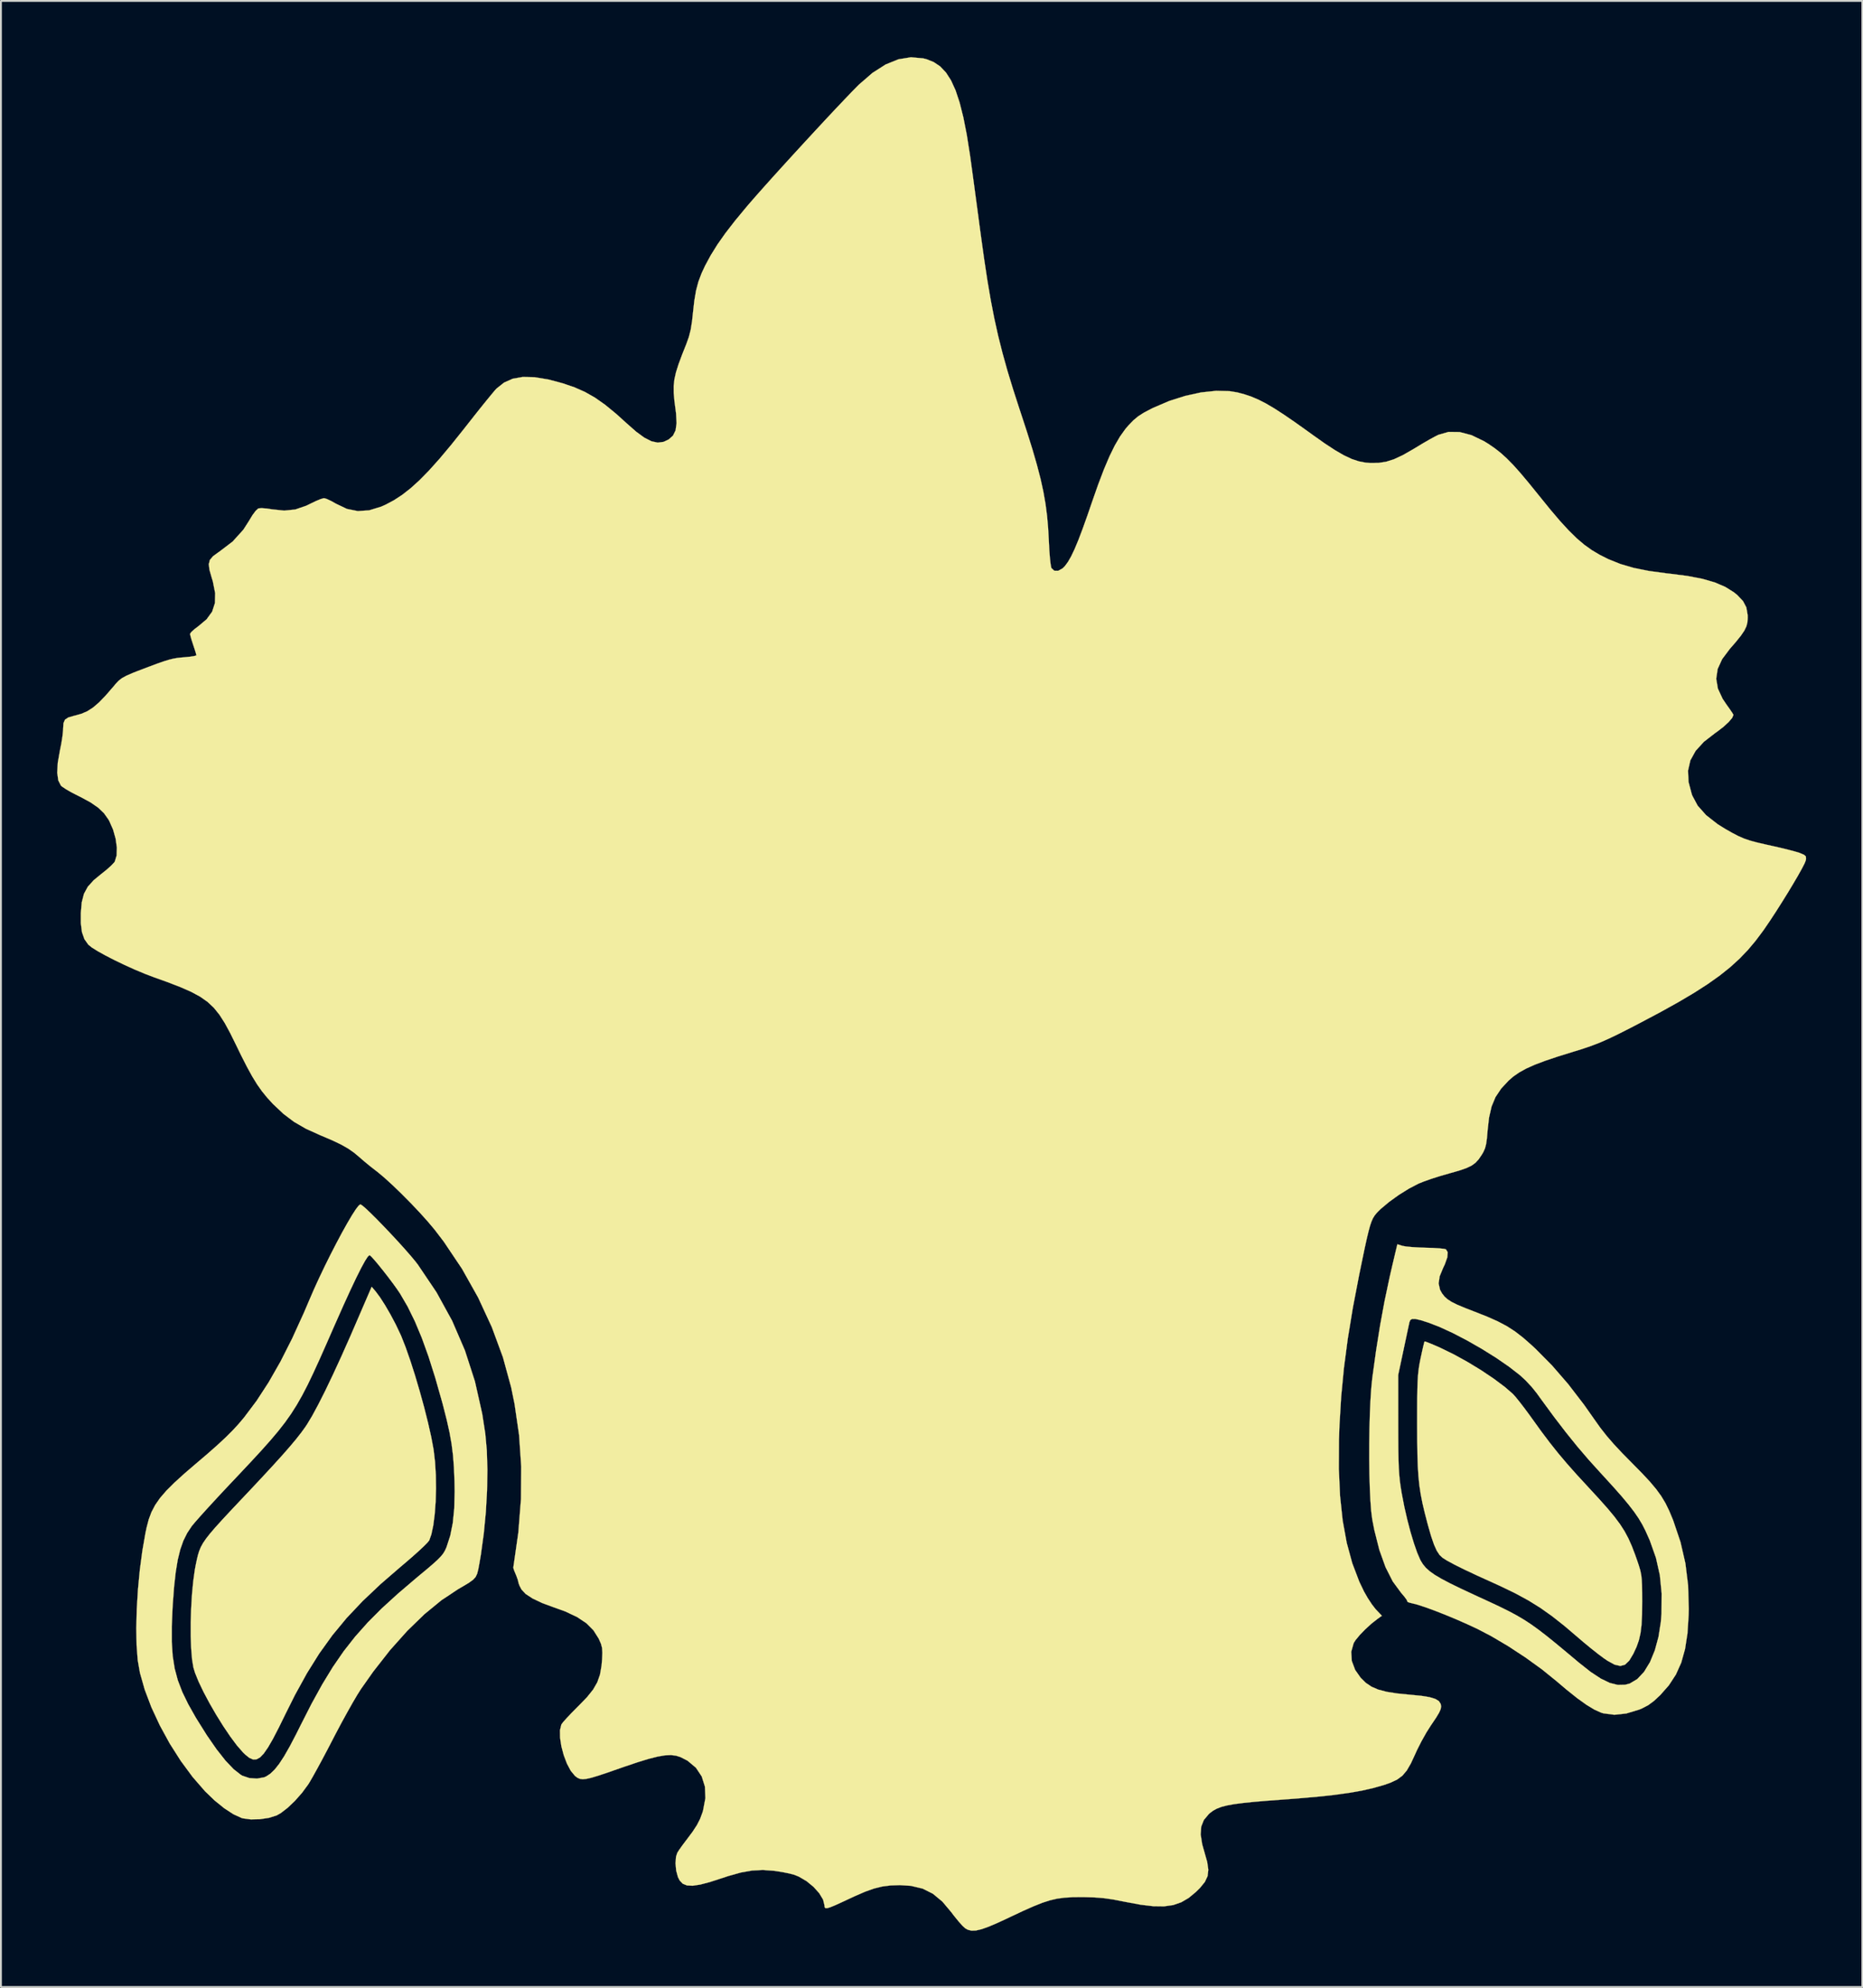
<source format=kicad_pcb>
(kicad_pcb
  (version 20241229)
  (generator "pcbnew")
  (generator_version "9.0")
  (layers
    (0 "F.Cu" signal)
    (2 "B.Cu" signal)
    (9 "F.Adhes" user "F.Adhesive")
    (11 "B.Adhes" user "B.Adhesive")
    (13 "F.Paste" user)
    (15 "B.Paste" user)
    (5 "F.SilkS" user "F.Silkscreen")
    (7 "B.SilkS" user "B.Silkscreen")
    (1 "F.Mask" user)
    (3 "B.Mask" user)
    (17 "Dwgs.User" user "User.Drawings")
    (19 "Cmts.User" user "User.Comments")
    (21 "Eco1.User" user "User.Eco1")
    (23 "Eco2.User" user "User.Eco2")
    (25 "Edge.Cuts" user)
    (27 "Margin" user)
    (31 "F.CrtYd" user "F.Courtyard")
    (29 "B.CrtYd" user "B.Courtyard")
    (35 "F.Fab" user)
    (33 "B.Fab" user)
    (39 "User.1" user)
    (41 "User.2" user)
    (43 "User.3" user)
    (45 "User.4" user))
  (footprint "ground-1"
    (layer "F.Cu")
    (at 45.618 49.944)
    (property "Reference" "ground-1" (at 0 0 0) (layer "F.SilkS") (effects (font (size 1.524 1.524) (thickness 0.3))))
    (attr through_hole)
    (fp_poly (pts (xy -28.617 15.908) (xy -28.383 16.222) (xy -28.11 16.649) (xy -27.821 17.147) (xy -27.543 17.673) (xy -27.3 18.184) (xy -27.253 18.288) (xy -27.022 18.873) (xy -26.772 19.585) (xy -26.516 20.385) (xy -26.265 21.233) (xy -26.029 22.09) (xy -25.821 22.917) (xy -25.65 23.674) (xy -25.53 24.321) (xy -25.522 24.369) (xy -25.447 25.01) (xy -25.405 25.705) (xy -25.395 26.422) (xy -25.415 27.13) (xy -25.465 27.795) (xy -25.541 28.385) (xy -25.643 28.869) (xy -25.756 29.187) (xy -25.852 29.308) (xy -26.059 29.516) (xy -26.355 29.792) (xy -26.719 30.115) (xy -27.13 30.468) (xy -27.263 30.579) (xy -28.355 31.523) (xy -29.315 32.431) (xy -30.165 33.33) (xy -30.927 34.251) (xy -31.626 35.223) (xy -32.283 36.274) (xy -32.923 37.435) (xy -33.423 38.435) (xy -33.787 39.177) (xy -34.096 39.773) (xy -34.36 40.231) (xy -34.589 40.561) (xy -34.793 40.772) (xy -34.984 40.874) (xy -35.171 40.876) (xy -35.365 40.788) (xy -35.576 40.618) (xy -35.705 40.492) (xy -36.023 40.127) (xy -36.377 39.652) (xy -36.751 39.098) (xy -37.125 38.497) (xy -37.482 37.88) (xy -37.802 37.278) (xy -38.068 36.724) (xy -38.26 36.249) (xy -38.344 35.972) (xy -38.416 35.533) (xy -38.463 34.962) (xy -38.487 34.295) (xy -38.487 33.567) (xy -38.464 32.814) (xy -38.42 32.072) (xy -38.354 31.376) (xy -38.269 30.762) (xy -38.223 30.517) (xy -38.163 30.229) (xy -38.105 29.982) (xy -38.037 29.761) (xy -37.95 29.55) (xy -37.831 29.333) (xy -37.669 29.096) (xy -37.454 28.822) (xy -37.175 28.497) (xy -36.819 28.104) (xy -36.378 27.629) (xy -35.838 27.056) (xy -35.433 26.628) (xy -34.724 25.873) (xy -34.124 25.225) (xy -33.621 24.671) (xy -33.206 24.198) (xy -32.866 23.793) (xy -32.591 23.443) (xy -32.369 23.136) (xy -32.284 23.009) (xy -32.01 22.553) (xy -31.684 21.951) (xy -31.311 21.214) (xy -30.899 20.354) (xy -30.452 19.383) (xy -29.976 18.313) (xy -29.753 17.799) (xy -28.829 15.659) (xy -28.617 15.908)) (stroke (width 0.01) (type solid)) (fill yes) (layer "F.SilkS"))
    (fp_poly (pts (xy 27.454 18.596) (xy 27.658 18.675) (xy 27.949 18.798) (xy 28.204 18.911) (xy 28.922 19.26) (xy 29.664 19.669) (xy 30.393 20.112) (xy 31.071 20.567) (xy 31.661 21.009) (xy 32.074 21.366) (xy 32.223 21.53) (xy 32.443 21.801) (xy 32.709 22.146) (xy 32.994 22.532) (xy 33.108 22.691) (xy 33.601 23.375) (xy 34.054 23.976) (xy 34.498 24.534) (xy 34.967 25.089) (xy 35.491 25.68) (xy 36.106 26.347) (xy 36.121 26.364) (xy 36.681 26.971) (xy 37.138 27.484) (xy 37.506 27.927) (xy 37.804 28.326) (xy 38.047 28.704) (xy 38.252 29.087) (xy 38.435 29.499) (xy 38.613 29.964) (xy 38.713 30.249) (xy 38.812 30.543) (xy 38.884 30.786) (xy 38.932 31.016) (xy 38.962 31.272) (xy 38.978 31.589) (xy 38.984 32.006) (xy 38.986 32.47) (xy 38.979 33.144) (xy 38.952 33.686) (xy 38.898 34.13) (xy 38.812 34.512) (xy 38.687 34.868) (xy 38.517 35.234) (xy 38.512 35.243) (xy 38.295 35.605) (xy 38.071 35.819) (xy 37.82 35.889) (xy 37.517 35.82) (xy 37.14 35.614) (xy 36.949 35.485) (xy 36.642 35.256) (xy 36.262 34.956) (xy 35.862 34.627) (xy 35.56 34.369) (xy 34.831 33.748) (xy 34.172 33.229) (xy 33.543 32.784) (xy 32.902 32.387) (xy 32.209 32.011) (xy 31.423 31.631) (xy 31.03 31.452) (xy 30.194 31.073) (xy 29.51 30.752) (xy 28.974 30.486) (xy 28.579 30.273) (xy 28.334 30.119) (xy 28.172 29.967) (xy 28.022 29.74) (xy 27.876 29.415) (xy 27.723 28.971) (xy 27.555 28.387) (xy 27.517 28.246) (xy 27.372 27.684) (xy 27.255 27.184) (xy 27.164 26.717) (xy 27.094 26.254) (xy 27.044 25.766) (xy 27.01 25.224) (xy 26.989 24.6) (xy 26.979 23.865) (xy 26.975 22.989) (xy 26.975 22.987) (xy 26.976 22.23) (xy 26.979 21.617) (xy 26.987 21.126) (xy 27 20.73) (xy 27.019 20.406) (xy 27.047 20.129) (xy 27.083 19.874) (xy 27.13 19.619) (xy 27.158 19.483) (xy 27.236 19.12) (xy 27.304 18.824) (xy 27.352 18.631) (xy 27.37 18.575) (xy 27.454 18.596)) (stroke (width 0.01) (type solid)) (fill yes) (layer "F.SilkS"))
    (fp_poly (pts (xy 26.188 13.475) (xy 26.382 13.51) (xy 26.698 13.541) (xy 27.089 13.564) (xy 27.432 13.576) (xy 27.828 13.588) (xy 28.167 13.609) (xy 28.409 13.635) (xy 28.512 13.66) (xy 28.606 13.815) (xy 28.585 14.086) (xy 28.45 14.466) (xy 28.363 14.647) (xy 28.176 15.102) (xy 28.121 15.482) (xy 28.196 15.817) (xy 28.3 16.006) (xy 28.432 16.176) (xy 28.594 16.324) (xy 28.814 16.466) (xy 29.118 16.617) (xy 29.534 16.791) (xy 30.004 16.974) (xy 30.701 17.248) (xy 31.273 17.502) (xy 31.76 17.758) (xy 32.198 18.041) (xy 32.628 18.373) (xy 33.089 18.778) (xy 33.298 18.973) (xy 34.183 19.867) (xy 35.037 20.852) (xy 35.885 21.956) (xy 36.432 22.733) (xy 36.752 23.183) (xy 37.09 23.613) (xy 37.473 24.056) (xy 37.931 24.545) (xy 38.44 25.061) (xy 38.971 25.6) (xy 39.396 26.055) (xy 39.733 26.456) (xy 40.004 26.829) (xy 40.229 27.204) (xy 40.427 27.609) (xy 40.621 28.073) (xy 40.651 28.152) (xy 41.033 29.286) (xy 41.293 30.417) (xy 41.437 31.588) (xy 41.473 32.842) (xy 41.465 33.182) (xy 41.403 34.152) (xy 41.274 34.987) (xy 41.072 35.711) (xy 40.785 36.349) (xy 40.408 36.925) (xy 39.964 37.428) (xy 39.618 37.753) (xy 39.307 37.982) (xy 38.97 38.157) (xy 38.829 38.216) (xy 38.138 38.426) (xy 37.494 38.494) (xy 36.914 38.417) (xy 36.781 38.375) (xy 36.428 38.214) (xy 36.01 37.961) (xy 35.515 37.606) (xy 34.931 37.139) (xy 34.417 36.703) (xy 33.641 36.075) (xy 32.763 35.441) (xy 31.839 34.835) (xy 30.923 34.294) (xy 30.184 33.909) (xy 29.641 33.657) (xy 29.061 33.402) (xy 28.476 33.159) (xy 27.917 32.94) (xy 27.417 32.757) (xy 27.007 32.623) (xy 26.73 32.552) (xy 26.537 32.504) (xy 26.45 32.459) (xy 26.452 32.448) (xy 26.422 32.368) (xy 26.302 32.202) (xy 26.117 31.983) (xy 26.113 31.978) (xy 25.672 31.378) (xy 25.288 30.619) (xy 24.959 29.703) (xy 24.688 28.631) (xy 24.579 28.067) (xy 24.525 27.651) (xy 24.482 27.094) (xy 24.45 26.426) (xy 24.428 25.675) (xy 24.418 24.87) (xy 24.419 24.04) (xy 24.43 23.213) (xy 24.452 22.418) (xy 24.485 21.684) (xy 24.529 21.039) (xy 24.581 20.532) (xy 24.604 20.362) (xy 25.963 20.362) (xy 25.964 22.987) (xy 25.966 23.754) (xy 25.97 24.379) (xy 25.98 24.888) (xy 25.994 25.306) (xy 26.017 25.662) (xy 26.047 25.981) (xy 26.088 26.29) (xy 26.14 26.615) (xy 26.157 26.712) (xy 26.288 27.39) (xy 26.445 28.077) (xy 26.619 28.739) (xy 26.8 29.341) (xy 26.977 29.849) (xy 27.141 30.228) (xy 27.159 30.261) (xy 27.283 30.464) (xy 27.439 30.652) (xy 27.645 30.837) (xy 27.916 31.029) (xy 28.271 31.239) (xy 28.727 31.479) (xy 29.301 31.759) (xy 30.011 32.09) (xy 30.184 32.17) (xy 30.838 32.471) (xy 31.392 32.731) (xy 31.868 32.967) (xy 32.29 33.193) (xy 32.681 33.423) (xy 33.064 33.674) (xy 33.461 33.96) (xy 33.897 34.296) (xy 34.394 34.698) (xy 34.976 35.181) (xy 35.607 35.71) (xy 36.232 36.204) (xy 36.777 36.563) (xy 37.257 36.794) (xy 37.686 36.902) (xy 38.078 36.893) (xy 38.327 36.825) (xy 38.727 36.587) (xy 39.088 36.201) (xy 39.403 35.685) (xy 39.662 35.057) (xy 39.858 34.335) (xy 39.983 33.537) (xy 40.018 33.088) (xy 40.026 32.021) (xy 39.93 31.047) (xy 39.722 30.119) (xy 39.392 29.189) (xy 39.163 28.676) (xy 38.994 28.344) (xy 38.798 28.015) (xy 38.56 27.668) (xy 38.265 27.285) (xy 37.898 26.845) (xy 37.443 26.33) (xy 36.887 25.721) (xy 36.746 25.568) (xy 36.123 24.879) (xy 35.52 24.174) (xy 34.915 23.424) (xy 34.281 22.598) (xy 33.596 21.665) (xy 33.362 21.341) (xy 33.093 21.005) (xy 32.762 20.652) (xy 32.473 20.384) (xy 31.883 19.926) (xy 31.189 19.448) (xy 30.429 18.973) (xy 29.644 18.524) (xy 28.872 18.123) (xy 28.151 17.792) (xy 27.581 17.573) (xy 27.169 17.442) (xy 26.887 17.376) (xy 26.71 17.373) (xy 26.609 17.434) (xy 26.563 17.547) (xy 26.531 17.693) (xy 26.471 17.972) (xy 26.391 18.349) (xy 26.297 18.791) (xy 26.242 19.05) (xy 25.963 20.362) (xy 24.604 20.362) (xy 24.783 19.066) (xy 24.998 17.716) (xy 25.235 16.43) (xy 25.505 15.153) (xy 25.664 14.464) (xy 25.918 13.392) (xy 26.188 13.475)) (stroke (width 0.01) (type solid)) (fill yes) (layer "F.SilkS"))
    (fp_poly (pts (xy -29.332 11.321) (xy -29.138 11.488) (xy -28.87 11.742) (xy -28.546 12.064) (xy -28.187 12.434) (xy -27.809 12.831) (xy -27.433 13.236) (xy -27.077 13.629) (xy -26.761 13.99) (xy -26.502 14.3) (xy -26.364 14.478) (xy -25.37 15.953) (xy -24.534 17.475) (xy -23.852 19.056) (xy -23.318 20.707) (xy -22.928 22.44) (xy -22.765 23.495) (xy -22.684 24.394) (xy -22.653 25.415) (xy -22.671 26.519) (xy -22.735 27.667) (xy -22.845 28.82) (xy -22.999 29.94) (xy -23.081 30.42) (xy -23.14 30.738) (xy -23.199 30.969) (xy -23.282 31.142) (xy -23.417 31.29) (xy -23.627 31.442) (xy -23.939 31.631) (xy -24.215 31.791) (xy -25.107 32.383) (xy -26.017 33.13) (xy -26.933 34.02) (xy -27.846 35.041) (xy -28.741 36.183) (xy -29.406 37.126) (xy -29.593 37.422) (xy -29.838 37.837) (xy -30.121 38.339) (xy -30.426 38.894) (xy -30.733 39.471) (xy -30.9 39.793) (xy -31.188 40.347) (xy -31.471 40.881) (xy -31.734 41.366) (xy -31.96 41.774) (xy -32.135 42.077) (xy -32.215 42.206) (xy -32.545 42.654) (xy -32.922 43.082) (xy -33.312 43.454) (xy -33.679 43.737) (xy -33.908 43.866) (xy -34.316 43.993) (xy -34.796 44.065) (xy -35.278 44.076) (xy -35.694 44.021) (xy -35.778 43.997) (xy -36.207 43.801) (xy -36.695 43.484) (xy -37.21 43.068) (xy -37.72 42.578) (xy -37.722 42.576) (xy -38.387 41.811) (xy -39.02 40.952) (xy -39.608 40.028) (xy -40.134 39.066) (xy -40.585 38.098) (xy -40.944 37.151) (xy -41.198 36.255) (xy -41.317 35.571) (xy -41.377 34.774) (xy -41.393 33.854) (xy -41.39 33.77) (xy -39.5 33.77) (xy -39.5 34.612) (xy -39.451 35.352) (xy -39.346 36.021) (xy -39.178 36.651) (xy -38.94 37.274) (xy -38.626 37.921) (xy -38.229 38.624) (xy -38.182 38.702) (xy -37.624 39.592) (xy -37.105 40.341) (xy -36.628 40.945) (xy -36.196 41.398) (xy -35.814 41.697) (xy -35.73 41.745) (xy -35.36 41.87) (xy -34.949 41.899) (xy -34.571 41.831) (xy -34.465 41.786) (xy -34.238 41.637) (xy -34.009 41.418) (xy -33.767 41.113) (xy -33.501 40.706) (xy -33.201 40.181) (xy -32.857 39.523) (xy -32.632 39.074) (xy -32.038 37.906) (xy -31.469 36.874) (xy -30.906 35.951) (xy -30.327 35.11) (xy -29.711 34.325) (xy -29.037 33.568) (xy -28.284 32.813) (xy -27.43 32.034) (xy -26.454 31.202) (xy -26.374 31.135) (xy -25.914 30.753) (xy -25.567 30.457) (xy -25.313 30.227) (xy -25.133 30.043) (xy -25.008 29.887) (xy -24.918 29.736) (xy -24.844 29.573) (xy -24.83 29.537) (xy -24.634 28.935) (xy -24.499 28.257) (xy -24.421 27.481) (xy -24.399 26.58) (xy -24.408 26.035) (xy -24.438 25.305) (xy -24.487 24.658) (xy -24.563 24.05) (xy -24.672 23.431) (xy -24.823 22.757) (xy -25.021 21.979) (xy -25.069 21.802) (xy -25.435 20.514) (xy -25.795 19.378) (xy -26.156 18.378) (xy -26.525 17.497) (xy -26.907 16.719) (xy -27.31 16.027) (xy -27.313 16.023) (xy -27.486 15.767) (xy -27.711 15.456) (xy -27.966 15.118) (xy -28.231 14.779) (xy -28.482 14.468) (xy -28.699 14.211) (xy -28.86 14.036) (xy -28.943 13.97) (xy -28.944 13.97) (xy -29.035 14.048) (xy -29.185 14.279) (xy -29.392 14.658) (xy -29.654 15.18) (xy -29.967 15.84) (xy -30.33 16.634) (xy -30.74 17.556) (xy -30.802 17.695) (xy -31.233 18.678) (xy -31.609 19.525) (xy -31.944 20.257) (xy -32.25 20.895) (xy -32.542 21.458) (xy -32.832 21.966) (xy -33.133 22.44) (xy -33.459 22.9) (xy -33.823 23.365) (xy -34.238 23.856) (xy -34.717 24.393) (xy -35.274 24.996) (xy -35.922 25.686) (xy -36.379 26.169) (xy -36.836 26.655) (xy -37.27 27.123) (xy -37.664 27.553) (xy -37.999 27.924) (xy -38.257 28.218) (xy -38.419 28.412) (xy -38.437 28.435) (xy -38.68 28.801) (xy -38.882 29.209) (xy -39.047 29.677) (xy -39.182 30.228) (xy -39.289 30.882) (xy -39.376 31.66) (xy -39.445 32.581) (xy -39.458 32.794) (xy -39.5 33.77) (xy -41.39 33.77) (xy -41.367 32.851) (xy -41.303 31.805) (xy -41.203 30.755) (xy -41.069 29.742) (xy -40.905 28.805) (xy -40.84 28.497) (xy -40.727 28.066) (xy -40.58 27.674) (xy -40.385 27.303) (xy -40.127 26.931) (xy -39.79 26.54) (xy -39.358 26.109) (xy -38.817 25.618) (xy -38.232 25.116) (xy -37.596 24.574) (xy -37.073 24.113) (xy -36.639 23.711) (xy -36.273 23.348) (xy -35.952 23.001) (xy -35.655 22.65) (xy -35.626 22.614) (xy -34.966 21.735) (xy -34.327 20.753) (xy -33.699 19.654) (xy -33.075 18.422) (xy -32.446 17.043) (xy -32.164 16.383) (xy -31.913 15.802) (xy -31.632 15.188) (xy -31.332 14.56) (xy -31.022 13.935) (xy -30.712 13.334) (xy -30.414 12.774) (xy -30.135 12.275) (xy -29.888 11.855) (xy -29.681 11.534) (xy -29.525 11.329) (xy -29.432 11.261) (xy -29.332 11.321)) (stroke (width 0.01) (type solid)) (fill yes) (layer "F.SilkS"))
    (fp_poly (pts (xy 0.612 -49.88) (xy 0.787 -49.835) (xy 1.174 -49.68) (xy 1.518 -49.448) (xy 1.823 -49.126) (xy 2.095 -48.705) (xy 2.337 -48.173) (xy 2.554 -47.519) (xy 2.752 -46.733) (xy 2.935 -45.803) (xy 3.107 -44.719) (xy 3.168 -44.281) (xy 3.242 -43.737) (xy 3.332 -43.072) (xy 3.431 -42.335) (xy 3.534 -41.573) (xy 3.633 -40.832) (xy 3.682 -40.471) (xy 3.861 -39.18) (xy 4.036 -38.027) (xy 4.215 -36.98) (xy 4.403 -36.009) (xy 4.609 -35.082) (xy 4.839 -34.167) (xy 5.099 -33.234) (xy 5.398 -32.252) (xy 5.742 -31.188) (xy 5.803 -31.004) (xy 6.152 -29.939) (xy 6.443 -29.007) (xy 6.682 -28.182) (xy 6.874 -27.441) (xy 7.024 -26.758) (xy 7.138 -26.108) (xy 7.221 -25.468) (xy 7.278 -24.812) (xy 7.316 -24.116) (xy 7.317 -24.102) (xy 7.34 -23.646) (xy 7.371 -23.241) (xy 7.406 -22.922) (xy 7.441 -22.723) (xy 7.454 -22.684) (xy 7.607 -22.543) (xy 7.817 -22.54) (xy 8.051 -22.67) (xy 8.177 -22.797) (xy 8.337 -23.015) (xy 8.504 -23.306) (xy 8.686 -23.686) (xy 8.889 -24.172) (xy 9.119 -24.777) (xy 9.384 -25.518) (xy 9.605 -26.162) (xy 9.946 -27.134) (xy 10.259 -27.957) (xy 10.553 -28.649) (xy 10.836 -29.225) (xy 11.115 -29.704) (xy 11.399 -30.102) (xy 11.567 -30.3) (xy 11.827 -30.568) (xy 12.084 -30.782) (xy 12.387 -30.976) (xy 12.786 -31.186) (xy 12.901 -31.242) (xy 13.742 -31.601) (xy 14.601 -31.874) (xy 15.445 -32.057) (xy 16.244 -32.142) (xy 16.966 -32.125) (xy 17.376 -32.057) (xy 17.759 -31.956) (xy 18.126 -31.832) (xy 18.497 -31.675) (xy 18.894 -31.472) (xy 19.336 -31.213) (xy 19.843 -30.886) (xy 20.436 -30.48) (xy 21.134 -29.983) (xy 21.378 -29.806) (xy 22.036 -29.341) (xy 22.59 -28.977) (xy 23.063 -28.703) (xy 23.477 -28.508) (xy 23.855 -28.382) (xy 24.221 -28.312) (xy 24.465 -28.292) (xy 24.903 -28.296) (xy 25.314 -28.358) (xy 25.734 -28.49) (xy 26.199 -28.706) (xy 26.746 -29.017) (xy 26.908 -29.115) (xy 27.282 -29.341) (xy 27.646 -29.551) (xy 27.952 -29.717) (xy 28.11 -29.796) (xy 28.652 -29.95) (xy 29.242 -29.943) (xy 29.876 -29.778) (xy 30.549 -29.453) (xy 30.789 -29.305) (xy 31.122 -29.075) (xy 31.439 -28.826) (xy 31.758 -28.537) (xy 32.099 -28.191) (xy 32.479 -27.766) (xy 32.918 -27.244) (xy 33.435 -26.606) (xy 33.483 -26.547) (xy 34.08 -25.811) (xy 34.601 -25.198) (xy 35.065 -24.693) (xy 35.489 -24.276) (xy 35.894 -23.932) (xy 36.297 -23.644) (xy 36.716 -23.395) (xy 37.172 -23.166) (xy 37.196 -23.155) (xy 37.833 -22.9) (xy 38.54 -22.694) (xy 39.348 -22.531) (xy 40.288 -22.404) (xy 40.456 -22.386) (xy 41.404 -22.265) (xy 42.203 -22.111) (xy 42.87 -21.918) (xy 43.424 -21.68) (xy 43.884 -21.392) (xy 44.055 -21.253) (xy 44.368 -20.925) (xy 44.546 -20.587) (xy 44.616 -20.183) (xy 44.619 -20.034) (xy 44.605 -19.799) (xy 44.55 -19.58) (xy 44.439 -19.349) (xy 44.255 -19.079) (xy 43.983 -18.741) (xy 43.663 -18.373) (xy 43.255 -17.829) (xy 43.014 -17.302) (xy 42.938 -16.781) (xy 43.027 -16.254) (xy 43.28 -15.711) (xy 43.479 -15.415) (xy 43.66 -15.162) (xy 43.794 -14.964) (xy 43.856 -14.857) (xy 43.857 -14.851) (xy 43.789 -14.692) (xy 43.603 -14.473) (xy 43.326 -14.218) (xy 42.985 -13.955) (xy 42.886 -13.887) (xy 42.28 -13.418) (xy 41.838 -12.934) (xy 41.557 -12.424) (xy 41.433 -11.876) (xy 41.46 -11.277) (xy 41.635 -10.618) (xy 41.663 -10.543) (xy 41.948 -10.01) (xy 42.397 -9.504) (xy 43.011 -9.024) (xy 43.392 -8.786) (xy 43.786 -8.561) (xy 44.116 -8.389) (xy 44.425 -8.255) (xy 44.754 -8.143) (xy 45.148 -8.038) (xy 45.65 -7.922) (xy 45.865 -7.875) (xy 46.325 -7.771) (xy 46.757 -7.666) (xy 47.119 -7.571) (xy 47.368 -7.496) (xy 47.401 -7.484) (xy 47.624 -7.39) (xy 47.722 -7.304) (xy 47.733 -7.177) (xy 47.718 -7.089) (xy 47.655 -6.93) (xy 47.513 -6.654) (xy 47.307 -6.285) (xy 47.05 -5.847) (xy 46.759 -5.364) (xy 46.446 -4.86) (xy 46.128 -4.359) (xy 45.818 -3.886) (xy 45.531 -3.464) (xy 45.44 -3.334) (xy 45.041 -2.802) (xy 44.625 -2.307) (xy 44.176 -1.84) (xy 43.68 -1.389) (xy 43.123 -0.944) (xy 42.489 -0.494) (xy 41.764 -0.028) (xy 40.933 0.464) (xy 39.982 0.993) (xy 38.895 1.57) (xy 38.313 1.872) (xy 37.693 2.186) (xy 37.174 2.434) (xy 36.713 2.636) (xy 36.265 2.808) (xy 35.784 2.972) (xy 35.306 3.119) (xy 34.482 3.375) (xy 33.802 3.603) (xy 33.246 3.814) (xy 32.792 4.018) (xy 32.421 4.223) (xy 32.11 4.439) (xy 31.859 4.655) (xy 31.456 5.089) (xy 31.157 5.538) (xy 30.947 6.042) (xy 30.811 6.636) (xy 30.736 7.307) (xy 30.699 7.738) (xy 30.656 8.045) (xy 30.596 8.274) (xy 30.508 8.471) (xy 30.426 8.611) (xy 30.259 8.857) (xy 30.084 9.047) (xy 29.871 9.2) (xy 29.588 9.332) (xy 29.203 9.464) (xy 28.684 9.611) (xy 28.674 9.614) (xy 28.208 9.748) (xy 27.744 9.896) (xy 27.337 10.039) (xy 27.05 10.154) (xy 26.543 10.418) (xy 26 10.756) (xy 25.479 11.13) (xy 25.038 11.499) (xy 24.911 11.623) (xy 24.798 11.742) (xy 24.702 11.862) (xy 24.617 12) (xy 24.539 12.175) (xy 24.46 12.406) (xy 24.377 12.711) (xy 24.282 13.108) (xy 24.171 13.616) (xy 24.038 14.253) (xy 23.879 15.025) (xy 23.541 16.788) (xy 23.271 18.435) (xy 23.065 20.002) (xy 22.919 21.526) (xy 22.828 23.044) (xy 22.802 23.791) (xy 22.794 25.376) (xy 22.859 26.818) (xy 22.999 28.13) (xy 23.216 29.321) (xy 23.511 30.405) (xy 23.886 31.392) (xy 24.139 31.919) (xy 24.338 32.268) (xy 24.558 32.602) (xy 24.756 32.857) (xy 24.78 32.883) (xy 25.092 33.211) (xy 24.844 33.389) (xy 24.526 33.64) (xy 24.202 33.937) (xy 23.909 34.239) (xy 23.686 34.51) (xy 23.587 34.668) (xy 23.456 35.132) (xy 23.485 35.618) (xy 23.667 36.103) (xy 23.963 36.524) (xy 24.231 36.787) (xy 24.534 36.993) (xy 24.9 37.151) (xy 25.355 37.27) (xy 25.927 37.359) (xy 26.614 37.426) (xy 27.2 37.483) (xy 27.636 37.554) (xy 27.941 37.646) (xy 28.132 37.762) (xy 28.23 37.91) (xy 28.232 37.918) (xy 28.255 38.049) (xy 28.23 38.195) (xy 28.144 38.387) (xy 27.984 38.652) (xy 27.736 39.02) (xy 27.706 39.063) (xy 27.463 39.447) (xy 27.202 39.913) (xy 26.964 40.383) (xy 26.875 40.581) (xy 26.639 41.091) (xy 26.419 41.469) (xy 26.184 41.746) (xy 25.903 41.953) (xy 25.544 42.12) (xy 25.191 42.243) (xy 24.643 42.399) (xy 24.031 42.538) (xy 23.336 42.66) (xy 22.539 42.77) (xy 21.621 42.869) (xy 20.563 42.961) (xy 19.897 43.011) (xy 19.014 43.076) (xy 18.283 43.137) (xy 17.685 43.198) (xy 17.203 43.262) (xy 16.819 43.332) (xy 16.515 43.412) (xy 16.273 43.505) (xy 16.076 43.615) (xy 15.905 43.745) (xy 15.847 43.798) (xy 15.59 44.106) (xy 15.449 44.46) (xy 15.42 44.882) (xy 15.5 45.397) (xy 15.622 45.829) (xy 15.769 46.351) (xy 15.827 46.763) (xy 15.788 47.104) (xy 15.642 47.414) (xy 15.383 47.732) (xy 15.16 47.951) (xy 14.778 48.267) (xy 14.383 48.497) (xy 13.954 48.645) (xy 13.465 48.714) (xy 12.893 48.707) (xy 12.214 48.627) (xy 11.405 48.477) (xy 11.345 48.465) (xy 10.755 48.35) (xy 10.249 48.277) (xy 9.75 48.237) (xy 9.181 48.222) (xy 9.059 48.221) (xy 8.576 48.226) (xy 8.156 48.251) (xy 7.769 48.302) (xy 7.385 48.39) (xy 6.974 48.522) (xy 6.506 48.708) (xy 5.95 48.954) (xy 5.277 49.27) (xy 5.224 49.296) (xy 4.605 49.584) (xy 4.113 49.795) (xy 3.727 49.933) (xy 3.425 50.004) (xy 3.188 50.012) (xy 2.994 49.964) (xy 2.858 49.889) (xy 2.708 49.753) (xy 2.496 49.516) (xy 2.255 49.219) (xy 2.116 49.035) (xy 1.634 48.462) (xy 1.129 48.043) (xy 0.577 47.767) (xy -0.05 47.619) (xy -0.639 47.583) (xy -1.132 47.599) (xy -1.576 47.655) (xy -2.015 47.763) (xy -2.496 47.935) (xy -3.065 48.182) (xy -3.217 48.253) (xy -3.719 48.487) (xy -4.088 48.655) (xy -4.346 48.761) (xy -4.511 48.811) (xy -4.604 48.812) (xy -4.647 48.769) (xy -4.658 48.687) (xy -4.658 48.668) (xy -4.734 48.355) (xy -4.94 48.014) (xy -5.243 47.676) (xy -5.615 47.371) (xy -6.025 47.13) (xy -6.265 47.033) (xy -6.536 46.961) (xy -6.903 46.887) (xy -7.294 46.825) (xy -7.359 46.817) (xy -7.946 46.774) (xy -8.52 46.803) (xy -9.128 46.911) (xy -9.814 47.103) (xy -10.118 47.204) (xy -10.771 47.416) (xy -11.291 47.553) (xy -11.694 47.614) (xy -12 47.599) (xy -12.224 47.507) (xy -12.387 47.338) (xy -12.482 47.152) (xy -12.577 46.801) (xy -12.611 46.416) (xy -12.584 46.066) (xy -12.518 45.863) (xy -12.42 45.706) (xy -12.25 45.467) (xy -12.045 45.194) (xy -12.026 45.17) (xy -11.699 44.733) (xy -11.464 44.372) (xy -11.296 44.042) (xy -11.169 43.698) (xy -11.142 43.609) (xy -11.016 42.942) (xy -11.041 42.33) (xy -11.211 41.785) (xy -11.521 41.319) (xy -11.966 40.946) (xy -12.34 40.753) (xy -12.581 40.676) (xy -12.852 40.643) (xy -13.172 40.657) (xy -13.56 40.723) (xy -14.039 40.844) (xy -14.626 41.023) (xy -15.342 41.264) (xy -15.602 41.355) (xy -16.226 41.573) (xy -16.713 41.736) (xy -17.084 41.848) (xy -17.361 41.912) (xy -17.566 41.932) (xy -17.721 41.911) (xy -17.847 41.854) (xy -17.966 41.764) (xy -17.98 41.752) (xy -18.205 41.479) (xy -18.407 41.098) (xy -18.577 40.649) (xy -18.703 40.175) (xy -18.773 39.717) (xy -18.778 39.317) (xy -18.705 39.018) (xy -18.699 39.005) (xy -18.604 38.878) (xy -18.412 38.663) (xy -18.15 38.387) (xy -17.844 38.078) (xy -17.78 38.015) (xy -17.334 37.554) (xy -17.009 37.149) (xy -16.785 36.759) (xy -16.641 36.346) (xy -16.559 35.871) (xy -16.53 35.541) (xy -16.515 35.183) (xy -16.531 34.927) (xy -16.59 34.705) (xy -16.702 34.45) (xy -16.714 34.425) (xy -16.991 33.987) (xy -17.37 33.607) (xy -17.87 33.275) (xy -18.508 32.976) (xy -19.092 32.766) (xy -19.727 32.533) (xy -20.238 32.29) (xy -20.612 32.045) (xy -20.831 31.811) (xy -20.94 31.604) (xy -20.995 31.447) (xy -20.997 31.43) (xy -21.03 31.287) (xy -21.111 31.068) (xy -21.137 31.006) (xy -21.224 30.797) (xy -21.267 30.66) (xy -21.269 30.641) (xy -21 28.766) (xy -20.859 26.978) (xy -20.846 25.255) (xy -20.96 23.573) (xy -21.203 21.908) (xy -21.382 21.029) (xy -21.822 19.422) (xy -22.415 17.813) (xy -23.147 16.231) (xy -24.006 14.702) (xy -24.978 13.254) (xy -25.466 12.615) (xy -25.828 12.184) (xy -26.265 11.698) (xy -26.748 11.189) (xy -27.247 10.686) (xy -27.732 10.219) (xy -28.172 9.819) (xy -28.538 9.515) (xy -28.578 9.486) (xy -28.899 9.236) (xy -29.23 8.964) (xy -29.465 8.76) (xy -29.764 8.508) (xy -30.082 8.286) (xy -30.454 8.074) (xy -30.914 7.854) (xy -31.496 7.605) (xy -31.581 7.57) (xy -32.334 7.229) (xy -32.97 6.862) (xy -33.538 6.434) (xy -34.09 5.913) (xy -34.4 5.577) (xy -34.678 5.236) (xy -34.942 4.863) (xy -35.207 4.432) (xy -35.491 3.915) (xy -35.81 3.287) (xy -36.056 2.78) (xy -36.376 2.132) (xy -36.667 1.594) (xy -36.952 1.148) (xy -37.251 0.776) (xy -37.587 0.461) (xy -37.98 0.184) (xy -38.452 -0.072) (xy -39.026 -0.325) (xy -39.721 -0.593) (xy -40.428 -0.847) (xy -40.925 -1.035) (xy -41.463 -1.26) (xy -42.013 -1.508) (xy -42.548 -1.765) (xy -43.038 -2.017) (xy -43.456 -2.249) (xy -43.772 -2.447) (xy -43.955 -2.595) (xy -44.163 -2.89) (xy -44.293 -3.262) (xy -44.353 -3.74) (xy -44.353 -4.282) (xy -44.303 -4.853) (xy -44.187 -5.305) (xy -43.982 -5.684) (xy -43.666 -6.034) (xy -43.278 -6.352) (xy -42.986 -6.585) (xy -42.739 -6.806) (xy -42.574 -6.98) (xy -42.54 -7.03) (xy -42.443 -7.35) (xy -42.43 -7.769) (xy -42.495 -8.245) (xy -42.632 -8.733) (xy -42.834 -9.191) (xy -42.876 -9.266) (xy -43.114 -9.602) (xy -43.422 -9.899) (xy -43.83 -10.182) (xy -44.367 -10.473) (xy -44.492 -10.534) (xy -44.837 -10.71) (xy -45.138 -10.882) (xy -45.351 -11.024) (xy -45.417 -11.082) (xy -45.557 -11.356) (xy -45.613 -11.765) (xy -45.585 -12.295) (xy -45.473 -12.932) (xy -45.393 -13.332) (xy -45.332 -13.724) (xy -45.299 -14.042) (xy -45.297 -14.128) (xy -45.278 -14.414) (xy -45.199 -14.597) (xy -45.026 -14.714) (xy -44.722 -14.803) (xy -44.672 -14.814) (xy -44.322 -14.912) (xy -44.008 -15.048) (xy -43.705 -15.242) (xy -43.387 -15.514) (xy -43.031 -15.882) (xy -42.61 -16.368) (xy -42.503 -16.497) (xy -42.341 -16.67) (xy -42.159 -16.813) (xy -41.916 -16.946) (xy -41.574 -17.094) (xy -41.317 -17.195) (xy -40.732 -17.418) (xy -40.277 -17.587) (xy -39.924 -17.711) (xy -39.645 -17.797) (xy -39.411 -17.854) (xy -39.197 -17.891) (xy -38.972 -17.915) (xy -38.841 -17.925) (xy -38.532 -17.955) (xy -38.301 -17.991) (xy -38.189 -18.025) (xy -38.185 -18.033) (xy -38.21 -18.139) (xy -38.277 -18.354) (xy -38.354 -18.584) (xy -38.444 -18.861) (xy -38.505 -19.08) (xy -38.523 -19.176) (xy -38.458 -19.273) (xy -38.289 -19.426) (xy -38.079 -19.584) (xy -37.638 -19.955) (xy -37.344 -20.36) (xy -37.195 -20.82) (xy -37.183 -21.35) (xy -37.305 -21.969) (xy -37.369 -22.178) (xy -37.487 -22.592) (xy -37.523 -22.893) (xy -37.464 -23.122) (xy -37.297 -23.319) (xy -37.012 -23.526) (xy -36.965 -23.557) (xy -36.249 -24.102) (xy -35.677 -24.735) (xy -35.377 -25.204) (xy -35.192 -25.509) (xy -35.019 -25.741) (xy -34.886 -25.863) (xy -34.87 -25.87) (xy -34.7 -25.883) (xy -34.427 -25.863) (xy -34.148 -25.82) (xy -33.498 -25.751) (xy -32.909 -25.811) (xy -32.326 -26.01) (xy -32.114 -26.113) (xy -31.814 -26.258) (xy -31.556 -26.366) (xy -31.39 -26.415) (xy -31.375 -26.416) (xy -31.227 -26.374) (xy -30.99 -26.263) (xy -30.732 -26.119) (xy -30.153 -25.843) (xy -29.57 -25.726) (xy -28.966 -25.766) (xy -28.321 -25.963) (xy -28.088 -26.067) (xy -27.642 -26.304) (xy -27.2 -26.592) (xy -26.75 -26.944) (xy -26.278 -27.371) (xy -25.771 -27.888) (xy -25.216 -28.507) (xy -24.6 -29.241) (xy -23.91 -30.103) (xy -23.749 -30.308) (xy -23.372 -30.787) (xy -23.017 -31.234) (xy -22.699 -31.628) (xy -22.437 -31.947) (xy -22.249 -32.171) (xy -22.165 -32.263) (xy -21.764 -32.581) (xy -21.3 -32.788) (xy -20.761 -32.883) (xy -20.131 -32.869) (xy -19.396 -32.747) (xy -18.628 -32.542) (xy -18.01 -32.332) (xy -17.45 -32.085) (xy -16.913 -31.781) (xy -16.369 -31.399) (xy -15.784 -30.919) (xy -15.224 -30.413) (xy -14.71 -29.961) (xy -14.274 -29.643) (xy -13.897 -29.451) (xy -13.562 -29.379) (xy -13.251 -29.419) (xy -12.98 -29.545) (xy -12.748 -29.748) (xy -12.608 -30.031) (xy -12.554 -30.417) (xy -12.581 -30.927) (xy -12.602 -31.093) (xy -12.669 -31.603) (xy -12.706 -32.027) (xy -12.708 -32.399) (xy -12.67 -32.755) (xy -12.586 -33.13) (xy -12.45 -33.559) (xy -12.257 -34.078) (xy -12.034 -34.639) (xy -11.898 -35.019) (xy -11.799 -35.407) (xy -11.727 -35.86) (xy -11.681 -36.29) (xy -11.607 -36.95) (xy -11.515 -37.491) (xy -11.39 -37.962) (xy -11.22 -38.413) (xy -11.033 -38.815) (xy -10.73 -39.375) (xy -10.375 -39.946) (xy -9.95 -40.55) (xy -9.436 -41.214) (xy -8.817 -41.961) (xy -8.687 -42.113) (xy -8.343 -42.509) (xy -7.915 -42.991) (xy -7.423 -43.54) (xy -6.882 -44.137) (xy -6.31 -44.764) (xy -5.724 -45.402) (xy -5.142 -46.032) (xy -4.581 -46.636) (xy -4.057 -47.195) (xy -3.589 -47.689) (xy -3.194 -48.101) (xy -2.888 -48.412) (xy -2.807 -48.492) (xy -2.096 -49.106) (xy -1.399 -49.552) (xy -0.716 -49.829) (xy -0.046 -49.939) (xy 0.612 -49.88)) (stroke (width 0.01) (type solid)) (fill yes) (layer "F.SilkS")))
  (gr_rect
    (start -3 -3)
    (end 96.356 102.961)
    (stroke (width 0.1) (type default))
    (fill no)
    (layer "Edge.Cuts")))
</source>
